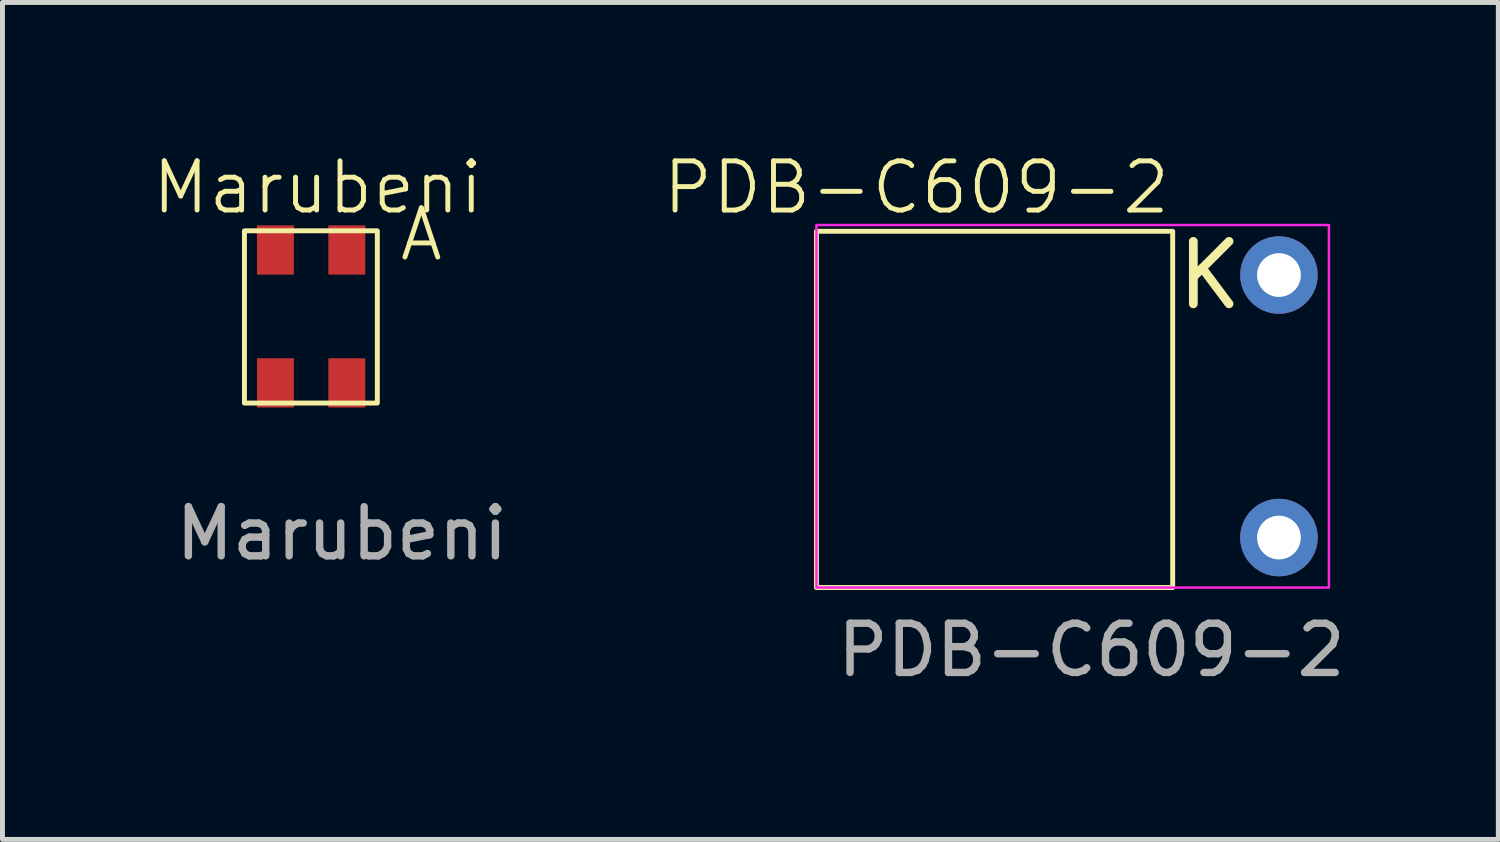
<source format=kicad_pcb>
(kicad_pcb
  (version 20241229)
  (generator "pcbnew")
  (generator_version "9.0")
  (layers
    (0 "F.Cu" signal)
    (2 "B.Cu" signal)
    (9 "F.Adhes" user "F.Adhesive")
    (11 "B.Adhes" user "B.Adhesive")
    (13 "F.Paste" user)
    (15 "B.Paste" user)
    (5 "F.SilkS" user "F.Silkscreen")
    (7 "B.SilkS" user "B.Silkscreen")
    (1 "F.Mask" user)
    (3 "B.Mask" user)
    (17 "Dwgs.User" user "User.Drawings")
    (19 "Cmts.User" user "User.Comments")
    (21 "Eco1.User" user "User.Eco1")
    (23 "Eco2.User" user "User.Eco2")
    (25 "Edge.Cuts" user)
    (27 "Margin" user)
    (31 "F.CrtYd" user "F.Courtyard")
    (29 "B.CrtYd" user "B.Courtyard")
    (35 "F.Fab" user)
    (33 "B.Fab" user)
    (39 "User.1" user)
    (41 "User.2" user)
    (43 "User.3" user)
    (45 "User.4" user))
  (footprint "Marubeni"
    (layer "F.Cu")
    (at 3.997 2.03)
    (property "Reference" "Marubeni" (at -0.59 -1.27 0) (unlocked yes) (layer "F.SilkS") (effects (font (size 1 1) (thickness 0.1))))
    (attr smd)
    (fp_rect (start -2.08 -0.39) (end 0.62 3.11) (stroke (width 0.1) (type default)) (fill no) (layer "F.SilkS"))
    (fp_text user "A" (at 1.02 0.27 0) (unlocked yes) (layer "F.SilkS") (effects (font (size 1 1) (thickness 0.1)) (justify left bottom)))
    (fp_text user "${REFERENCE}" (at -0.1 5.76 0) (unlocked yes) (layer "F.Fab") (effects (font (size 1 1) (thickness 0.15))))
    (pad "1" smd rect (at 0 0) (size 0.75 1) (layers "F.Cu" "F.Mask" "F.Paste"))
    (pad "2" smd rect (at -1.45 0) (size 0.75 1) (layers "F.Cu" "F.Mask" "F.Paste"))
    (pad "3" smd rect (at -1.45 2.7) (size 0.75 1) (layers "F.Cu" "F.Mask" "F.Paste"))
    (pad "4" smd rect (at 0 2.7) (size 0.75 1) (layers "F.Cu" "F.Mask" "F.Paste")))
  (footprint "PDB-C609-2"
    (layer "F.Cu")
    (at 13.54 8.889)
    (property "Reference" "PDB-C609-2" (at 2.032 -8.128 0) (unlocked yes) (layer "F.SilkS") (effects (font (size 1 1) (thickness 0.1))))
    (attr through_hole)
    (fp_rect (start 0 -7.239) (end 7.239 0) (stroke (width 0.1) (type default)) (fill no) (layer "F.SilkS"))
    (fp_rect (start 0 -7.366) (end 10.414 0) (stroke (width 0.05) (type default)) (fill no) (layer "F.CrtYd"))
    (fp_text user "K" (at 7.239 -5.6 0) (unlocked yes) (layer "F.SilkS") (effects (font (size 1.27 1.27) (thickness 0.178)) (justify left bottom)))
    (fp_text user "${REFERENCE}" (at 5.588 1.27 0) (unlocked yes) (layer "F.Fab") (effects (font (size 1 1) (thickness 0.15))))
    (pad "1" thru_hole circle (at 9.398 -6.35) (size 1.575 1.575) (drill 0.889) (layers "*.Cu" "*.Mask"))
    (pad "2" thru_hole circle (at 9.398 -1.016) (size 1.575 1.575) (drill 0.889) (layers "*.Cu" "*.Mask")))
  (gr_rect
    (start -3 -3)
    (end 27.396 14.007)
    (stroke (width 0.1) (type default))
    (fill no)
    (layer "Edge.Cuts")))
</source>
